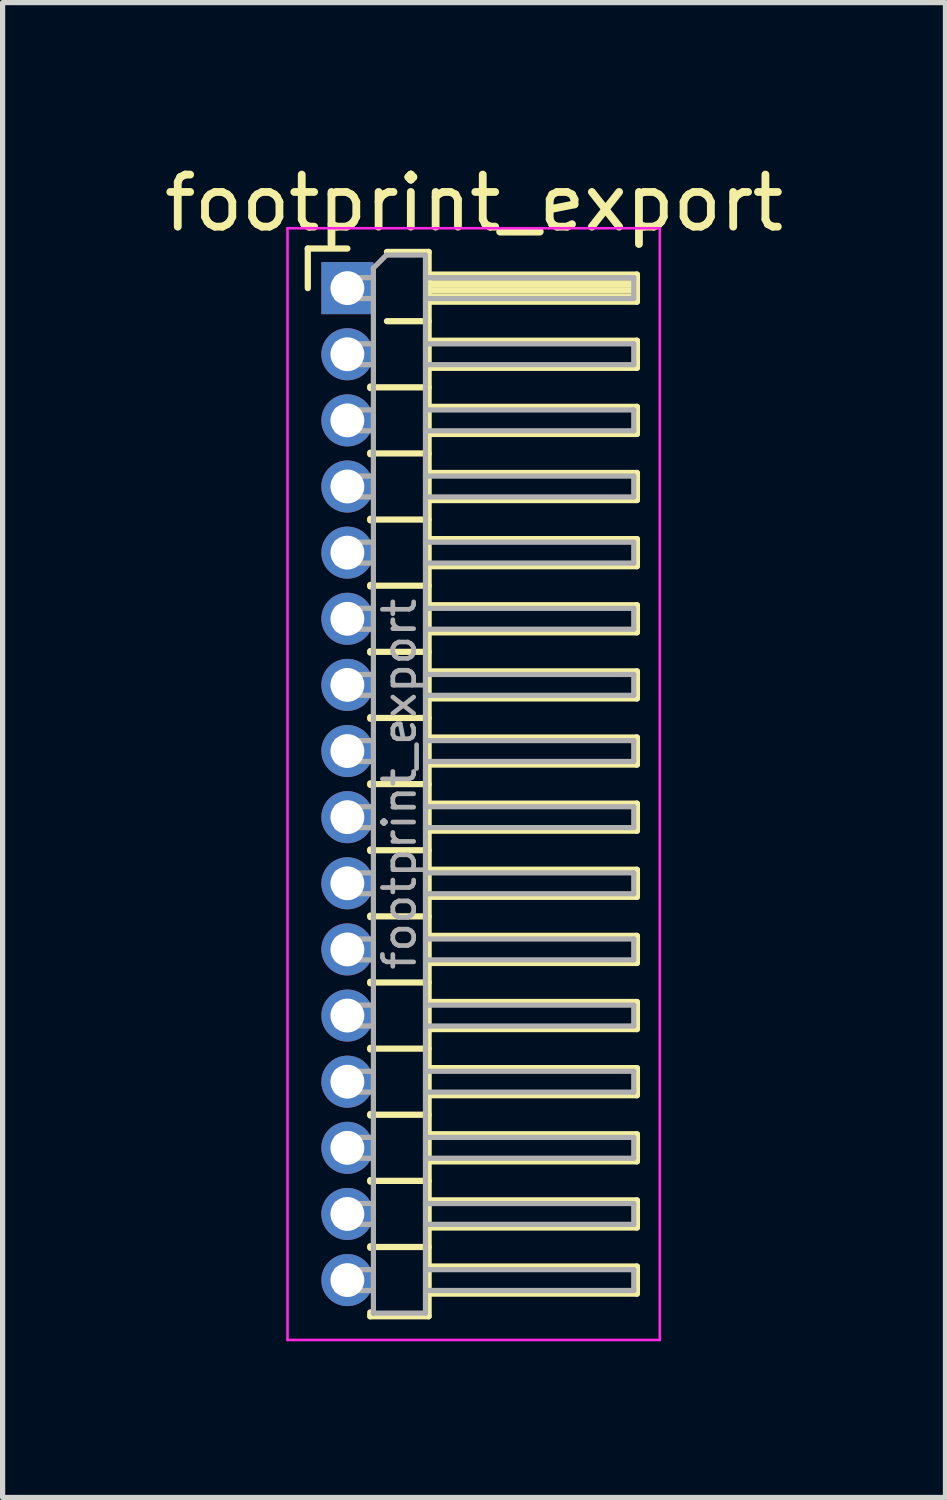
<source format=kicad_pcb>
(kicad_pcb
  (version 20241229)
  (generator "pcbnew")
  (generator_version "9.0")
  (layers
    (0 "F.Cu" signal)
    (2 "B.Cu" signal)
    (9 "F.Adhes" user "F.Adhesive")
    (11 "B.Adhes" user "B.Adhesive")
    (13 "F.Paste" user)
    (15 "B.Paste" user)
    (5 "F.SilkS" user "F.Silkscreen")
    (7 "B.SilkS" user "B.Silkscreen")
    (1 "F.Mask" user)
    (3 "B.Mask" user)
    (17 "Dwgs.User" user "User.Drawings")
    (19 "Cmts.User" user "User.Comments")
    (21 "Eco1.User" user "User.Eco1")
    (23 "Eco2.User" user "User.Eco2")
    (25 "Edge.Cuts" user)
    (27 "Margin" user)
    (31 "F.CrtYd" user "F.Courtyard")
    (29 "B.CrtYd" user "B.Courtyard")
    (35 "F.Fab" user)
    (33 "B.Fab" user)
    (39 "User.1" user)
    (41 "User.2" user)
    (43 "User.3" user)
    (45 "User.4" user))
  (footprint "footprint_export"
    (layer "F.Cu")
    (at 3.621 2.483)
    (property "Reference" "footprint_export" (at 2.433 -1.635 0) (layer "F.SilkS") (effects (font (size 1 1) (thickness 0.15))))
    (attr through_hole)
    (fp_line (start -0.76 -0.76) (end 0 -0.76) (stroke (width 0.12) (type solid)) (layer "F.SilkS"))
    (fp_line (start -0.76 0) (end -0.76 -0.76) (stroke (width 0.12) (type solid)) (layer "F.SilkS"))
    (fp_line (start 0.44 1.89) (end 0.44 1.92) (stroke (width 0.12) (type solid)) (layer "F.SilkS"))
    (fp_line (start 0.44 1.905) (end 1.56 1.905) (stroke (width 0.12) (type solid)) (layer "F.SilkS"))
    (fp_line (start 0.44 3.16) (end 0.44 3.19) (stroke (width 0.12) (type solid)) (layer "F.SilkS"))
    (fp_line (start 0.44 3.175) (end 1.56 3.175) (stroke (width 0.12) (type solid)) (layer "F.SilkS"))
    (fp_line (start 0.44 4.43) (end 0.44 4.46) (stroke (width 0.12) (type solid)) (layer "F.SilkS"))
    (fp_line (start 0.44 4.445) (end 1.56 4.445) (stroke (width 0.12) (type solid)) (layer "F.SilkS"))
    (fp_line (start 0.44 5.7) (end 0.44 5.73) (stroke (width 0.12) (type solid)) (layer "F.SilkS"))
    (fp_line (start 0.44 5.715) (end 1.56 5.715) (stroke (width 0.12) (type solid)) (layer "F.SilkS"))
    (fp_line (start 0.44 6.97) (end 0.44 7) (stroke (width 0.12) (type solid)) (layer "F.SilkS"))
    (fp_line (start 0.44 6.985) (end 1.56 6.985) (stroke (width 0.12) (type solid)) (layer "F.SilkS"))
    (fp_line (start 0.44 8.24) (end 0.44 8.27) (stroke (width 0.12) (type solid)) (layer "F.SilkS"))
    (fp_line (start 0.44 8.255) (end 1.56 8.255) (stroke (width 0.12) (type solid)) (layer "F.SilkS"))
    (fp_line (start 0.44 9.51) (end 0.44 9.54) (stroke (width 0.12) (type solid)) (layer "F.SilkS"))
    (fp_line (start 0.44 9.525) (end 1.56 9.525) (stroke (width 0.12) (type solid)) (layer "F.SilkS"))
    (fp_line (start 0.44 10.78) (end 0.44 10.81) (stroke (width 0.12) (type solid)) (layer "F.SilkS"))
    (fp_line (start 0.44 10.795) (end 1.56 10.795) (stroke (width 0.12) (type solid)) (layer "F.SilkS"))
    (fp_line (start 0.44 12.05) (end 0.44 12.08) (stroke (width 0.12) (type solid)) (layer "F.SilkS"))
    (fp_line (start 0.44 12.065) (end 1.56 12.065) (stroke (width 0.12) (type solid)) (layer "F.SilkS"))
    (fp_line (start 0.44 13.32) (end 0.44 13.35) (stroke (width 0.12) (type solid)) (layer "F.SilkS"))
    (fp_line (start 0.44 13.335) (end 1.56 13.335) (stroke (width 0.12) (type solid)) (layer "F.SilkS"))
    (fp_line (start 0.44 14.59) (end 0.44 14.62) (stroke (width 0.12) (type solid)) (layer "F.SilkS"))
    (fp_line (start 0.44 14.605) (end 1.56 14.605) (stroke (width 0.12) (type solid)) (layer "F.SilkS"))
    (fp_line (start 0.44 15.86) (end 0.44 15.89) (stroke (width 0.12) (type solid)) (layer "F.SilkS"))
    (fp_line (start 0.44 15.875) (end 1.56 15.875) (stroke (width 0.12) (type solid)) (layer "F.SilkS"))
    (fp_line (start 0.44 17.13) (end 0.44 17.16) (stroke (width 0.12) (type solid)) (layer "F.SilkS"))
    (fp_line (start 0.44 17.145) (end 1.56 17.145) (stroke (width 0.12) (type solid)) (layer "F.SilkS"))
    (fp_line (start 0.44 18.4) (end 0.44 18.43) (stroke (width 0.12) (type solid)) (layer "F.SilkS"))
    (fp_line (start 0.44 18.415) (end 1.56 18.415) (stroke (width 0.12) (type solid)) (layer "F.SilkS"))
    (fp_line (start 0.44 19.745) (end 0.44 19.67) (stroke (width 0.12) (type solid)) (layer "F.SilkS"))
    (fp_line (start 0.76 -0.695) (end 1.56 -0.695) (stroke (width 0.12) (type solid)) (layer "F.SilkS"))
    (fp_line (start 0.76 0.635) (end 1.56 0.635) (stroke (width 0.12) (type solid)) (layer "F.SilkS"))
    (fp_line (start 1.56 -0.695) (end 1.56 19.745) (stroke (width 0.12) (type solid)) (layer "F.SilkS"))
    (fp_line (start 1.56 -0.26) (end 5.56 -0.26) (stroke (width 0.12) (type solid)) (layer "F.SilkS"))
    (fp_line (start 1.56 -0.2) (end 5.56 -0.2) (stroke (width 0.12) (type solid)) (layer "F.SilkS"))
    (fp_line (start 1.56 -0.08) (end 5.56 -0.08) (stroke (width 0.12) (type solid)) (layer "F.SilkS"))
    (fp_line (start 1.56 0.04) (end 5.56 0.04) (stroke (width 0.12) (type solid)) (layer "F.SilkS"))
    (fp_line (start 1.56 0.16) (end 5.56 0.16) (stroke (width 0.12) (type solid)) (layer "F.SilkS"))
    (fp_line (start 1.56 1.01) (end 5.56 1.01) (stroke (width 0.12) (type solid)) (layer "F.SilkS"))
    (fp_line (start 1.56 2.28) (end 5.56 2.28) (stroke (width 0.12) (type solid)) (layer "F.SilkS"))
    (fp_line (start 1.56 3.55) (end 5.56 3.55) (stroke (width 0.12) (type solid)) (layer "F.SilkS"))
    (fp_line (start 1.56 4.82) (end 5.56 4.82) (stroke (width 0.12) (type solid)) (layer "F.SilkS"))
    (fp_line (start 1.56 6.09) (end 5.56 6.09) (stroke (width 0.12) (type solid)) (layer "F.SilkS"))
    (fp_line (start 1.56 7.36) (end 5.56 7.36) (stroke (width 0.12) (type solid)) (layer "F.SilkS"))
    (fp_line (start 1.56 8.63) (end 5.56 8.63) (stroke (width 0.12) (type solid)) (layer "F.SilkS"))
    (fp_line (start 1.56 9.9) (end 5.56 9.9) (stroke (width 0.12) (type solid)) (layer "F.SilkS"))
    (fp_line (start 1.56 11.17) (end 5.56 11.17) (stroke (width 0.12) (type solid)) (layer "F.SilkS"))
    (fp_line (start 1.56 12.44) (end 5.56 12.44) (stroke (width 0.12) (type solid)) (layer "F.SilkS"))
    (fp_line (start 1.56 13.71) (end 5.56 13.71) (stroke (width 0.12) (type solid)) (layer "F.SilkS"))
    (fp_line (start 1.56 14.98) (end 5.56 14.98) (stroke (width 0.12) (type solid)) (layer "F.SilkS"))
    (fp_line (start 1.56 16.25) (end 5.56 16.25) (stroke (width 0.12) (type solid)) (layer "F.SilkS"))
    (fp_line (start 1.56 17.52) (end 5.56 17.52) (stroke (width 0.12) (type solid)) (layer "F.SilkS"))
    (fp_line (start 1.56 18.79) (end 5.56 18.79) (stroke (width 0.12) (type solid)) (layer "F.SilkS"))
    (fp_line (start 1.56 19.745) (end 0.44 19.745) (stroke (width 0.12) (type solid)) (layer "F.SilkS"))
    (fp_line (start 5.56 -0.26) (end 5.56 0.26) (stroke (width 0.12) (type solid)) (layer "F.SilkS"))
    (fp_line (start 5.56 0.26) (end 1.56 0.26) (stroke (width 0.12) (type solid)) (layer "F.SilkS"))
    (fp_line (start 5.56 1.01) (end 5.56 1.53) (stroke (width 0.12) (type solid)) (layer "F.SilkS"))
    (fp_line (start 5.56 1.53) (end 1.56 1.53) (stroke (width 0.12) (type solid)) (layer "F.SilkS"))
    (fp_line (start 5.56 2.28) (end 5.56 2.8) (stroke (width 0.12) (type solid)) (layer "F.SilkS"))
    (fp_line (start 5.56 2.8) (end 1.56 2.8) (stroke (width 0.12) (type solid)) (layer "F.SilkS"))
    (fp_line (start 5.56 3.55) (end 5.56 4.07) (stroke (width 0.12) (type solid)) (layer "F.SilkS"))
    (fp_line (start 5.56 4.07) (end 1.56 4.07) (stroke (width 0.12) (type solid)) (layer "F.SilkS"))
    (fp_line (start 5.56 4.82) (end 5.56 5.34) (stroke (width 0.12) (type solid)) (layer "F.SilkS"))
    (fp_line (start 5.56 5.34) (end 1.56 5.34) (stroke (width 0.12) (type solid)) (layer "F.SilkS"))
    (fp_line (start 5.56 6.09) (end 5.56 6.61) (stroke (width 0.12) (type solid)) (layer "F.SilkS"))
    (fp_line (start 5.56 6.61) (end 1.56 6.61) (stroke (width 0.12) (type solid)) (layer "F.SilkS"))
    (fp_line (start 5.56 7.36) (end 5.56 7.88) (stroke (width 0.12) (type solid)) (layer "F.SilkS"))
    (fp_line (start 5.56 7.88) (end 1.56 7.88) (stroke (width 0.12) (type solid)) (layer "F.SilkS"))
    (fp_line (start 5.56 8.63) (end 5.56 9.15) (stroke (width 0.12) (type solid)) (layer "F.SilkS"))
    (fp_line (start 5.56 9.15) (end 1.56 9.15) (stroke (width 0.12) (type solid)) (layer "F.SilkS"))
    (fp_line (start 5.56 9.9) (end 5.56 10.42) (stroke (width 0.12) (type solid)) (layer "F.SilkS"))
    (fp_line (start 5.56 10.42) (end 1.56 10.42) (stroke (width 0.12) (type solid)) (layer "F.SilkS"))
    (fp_line (start 5.56 11.17) (end 5.56 11.69) (stroke (width 0.12) (type solid)) (layer "F.SilkS"))
    (fp_line (start 5.56 11.69) (end 1.56 11.69) (stroke (width 0.12) (type solid)) (layer "F.SilkS"))
    (fp_line (start 5.56 12.44) (end 5.56 12.96) (stroke (width 0.12) (type solid)) (layer "F.SilkS"))
    (fp_line (start 5.56 12.96) (end 1.56 12.96) (stroke (width 0.12) (type solid)) (layer "F.SilkS"))
    (fp_line (start 5.56 13.71) (end 5.56 14.23) (stroke (width 0.12) (type solid)) (layer "F.SilkS"))
    (fp_line (start 5.56 14.23) (end 1.56 14.23) (stroke (width 0.12) (type solid)) (layer "F.SilkS"))
    (fp_line (start 5.56 14.98) (end 5.56 15.5) (stroke (width 0.12) (type solid)) (layer "F.SilkS"))
    (fp_line (start 5.56 15.5) (end 1.56 15.5) (stroke (width 0.12) (type solid)) (layer "F.SilkS"))
    (fp_line (start 5.56 16.25) (end 5.56 16.77) (stroke (width 0.12) (type solid)) (layer "F.SilkS"))
    (fp_line (start 5.56 16.77) (end 1.56 16.77) (stroke (width 0.12) (type solid)) (layer "F.SilkS"))
    (fp_line (start 5.56 17.52) (end 5.56 18.04) (stroke (width 0.12) (type solid)) (layer "F.SilkS"))
    (fp_line (start 5.56 18.04) (end 1.56 18.04) (stroke (width 0.12) (type solid)) (layer "F.SilkS"))
    (fp_line (start 5.56 18.79) (end 5.56 19.31) (stroke (width 0.12) (type solid)) (layer "F.SilkS"))
    (fp_line (start 5.56 19.31) (end 1.56 19.31) (stroke (width 0.12) (type solid)) (layer "F.SilkS"))
    (fp_line (start -1.15 -1.15) (end -1.15 20.2) (stroke (width 0.05) (type solid)) (layer "F.CrtYd"))
    (fp_line (start -1.15 20.2) (end 6 20.2) (stroke (width 0.05) (type solid)) (layer "F.CrtYd"))
    (fp_line (start 6 -1.15) (end -1.15 -1.15) (stroke (width 0.05) (type solid)) (layer "F.CrtYd"))
    (fp_line (start 6 20.2) (end 6 -1.15) (stroke (width 0.05) (type solid)) (layer "F.CrtYd"))
    (fp_line (start -0.2 -0.2) (end -0.2 0.2) (stroke (width 0.1) (type solid)) (layer "F.Fab"))
    (fp_line (start -0.2 -0.2) (end 0.5 -0.2) (stroke (width 0.1) (type solid)) (layer "F.Fab"))
    (fp_line (start -0.2 0.2) (end 0.5 0.2) (stroke (width 0.1) (type solid)) (layer "F.Fab"))
    (fp_line (start -0.2 1.07) (end -0.2 1.47) (stroke (width 0.1) (type solid)) (layer "F.Fab"))
    (fp_line (start -0.2 1.07) (end 0.5 1.07) (stroke (width 0.1) (type solid)) (layer "F.Fab"))
    (fp_line (start -0.2 1.47) (end 0.5 1.47) (stroke (width 0.1) (type solid)) (layer "F.Fab"))
    (fp_line (start -0.2 2.34) (end -0.2 2.74) (stroke (width 0.1) (type solid)) (layer "F.Fab"))
    (fp_line (start -0.2 2.34) (end 0.5 2.34) (stroke (width 0.1) (type solid)) (layer "F.Fab"))
    (fp_line (start -0.2 2.74) (end 0.5 2.74) (stroke (width 0.1) (type solid)) (layer "F.Fab"))
    (fp_line (start -0.2 3.61) (end -0.2 4.01) (stroke (width 0.1) (type solid)) (layer "F.Fab"))
    (fp_line (start -0.2 3.61) (end 0.5 3.61) (stroke (width 0.1) (type solid)) (layer "F.Fab"))
    (fp_line (start -0.2 4.01) (end 0.5 4.01) (stroke (width 0.1) (type solid)) (layer "F.Fab"))
    (fp_line (start -0.2 4.88) (end -0.2 5.28) (stroke (width 0.1) (type solid)) (layer "F.Fab"))
    (fp_line (start -0.2 4.88) (end 0.5 4.88) (stroke (width 0.1) (type solid)) (layer "F.Fab"))
    (fp_line (start -0.2 5.28) (end 0.5 5.28) (stroke (width 0.1) (type solid)) (layer "F.Fab"))
    (fp_line (start -0.2 6.15) (end -0.2 6.55) (stroke (width 0.1) (type solid)) (layer "F.Fab"))
    (fp_line (start -0.2 6.15) (end 0.5 6.15) (stroke (width 0.1) (type solid)) (layer "F.Fab"))
    (fp_line (start -0.2 6.55) (end 0.5 6.55) (stroke (width 0.1) (type solid)) (layer "F.Fab"))
    (fp_line (start -0.2 7.42) (end -0.2 7.82) (stroke (width 0.1) (type solid)) (layer "F.Fab"))
    (fp_line (start -0.2 7.42) (end 0.5 7.42) (stroke (width 0.1) (type solid)) (layer "F.Fab"))
    (fp_line (start -0.2 7.82) (end 0.5 7.82) (stroke (width 0.1) (type solid)) (layer "F.Fab"))
    (fp_line (start -0.2 8.69) (end -0.2 9.09) (stroke (width 0.1) (type solid)) (layer "F.Fab"))
    (fp_line (start -0.2 8.69) (end 0.5 8.69) (stroke (width 0.1) (type solid)) (layer "F.Fab"))
    (fp_line (start -0.2 9.09) (end 0.5 9.09) (stroke (width 0.1) (type solid)) (layer "F.Fab"))
    (fp_line (start -0.2 9.96) (end -0.2 10.36) (stroke (width 0.1) (type solid)) (layer "F.Fab"))
    (fp_line (start -0.2 9.96) (end 0.5 9.96) (stroke (width 0.1) (type solid)) (layer "F.Fab"))
    (fp_line (start -0.2 10.36) (end 0.5 10.36) (stroke (width 0.1) (type solid)) (layer "F.Fab"))
    (fp_line (start -0.2 11.23) (end -0.2 11.63) (stroke (width 0.1) (type solid)) (layer "F.Fab"))
    (fp_line (start -0.2 11.23) (end 0.5 11.23) (stroke (width 0.1) (type solid)) (layer "F.Fab"))
    (fp_line (start -0.2 11.63) (end 0.5 11.63) (stroke (width 0.1) (type solid)) (layer "F.Fab"))
    (fp_line (start -0.2 12.5) (end -0.2 12.9) (stroke (width 0.1) (type solid)) (layer "F.Fab"))
    (fp_line (start -0.2 12.5) (end 0.5 12.5) (stroke (width 0.1) (type solid)) (layer "F.Fab"))
    (fp_line (start -0.2 12.9) (end 0.5 12.9) (stroke (width 0.1) (type solid)) (layer "F.Fab"))
    (fp_line (start -0.2 13.77) (end -0.2 14.17) (stroke (width 0.1) (type solid)) (layer "F.Fab"))
    (fp_line (start -0.2 13.77) (end 0.5 13.77) (stroke (width 0.1) (type solid)) (layer "F.Fab"))
    (fp_line (start -0.2 14.17) (end 0.5 14.17) (stroke (width 0.1) (type solid)) (layer "F.Fab"))
    (fp_line (start -0.2 15.04) (end -0.2 15.44) (stroke (width 0.1) (type solid)) (layer "F.Fab"))
    (fp_line (start -0.2 15.04) (end 0.5 15.04) (stroke (width 0.1) (type solid)) (layer "F.Fab"))
    (fp_line (start -0.2 15.44) (end 0.5 15.44) (stroke (width 0.1) (type solid)) (layer "F.Fab"))
    (fp_line (start -0.2 16.31) (end -0.2 16.71) (stroke (width 0.1) (type solid)) (layer "F.Fab"))
    (fp_line (start -0.2 16.31) (end 0.5 16.31) (stroke (width 0.1) (type solid)) (layer "F.Fab"))
    (fp_line (start -0.2 16.71) (end 0.5 16.71) (stroke (width 0.1) (type solid)) (layer "F.Fab"))
    (fp_line (start -0.2 17.58) (end -0.2 17.98) (stroke (width 0.1) (type solid)) (layer "F.Fab"))
    (fp_line (start -0.2 17.58) (end 0.5 17.58) (stroke (width 0.1) (type solid)) (layer "F.Fab"))
    (fp_line (start -0.2 17.98) (end 0.5 17.98) (stroke (width 0.1) (type solid)) (layer "F.Fab"))
    (fp_line (start -0.2 18.85) (end -0.2 19.25) (stroke (width 0.1) (type solid)) (layer "F.Fab"))
    (fp_line (start -0.2 18.85) (end 0.5 18.85) (stroke (width 0.1) (type solid)) (layer "F.Fab"))
    (fp_line (start -0.2 19.25) (end 0.5 19.25) (stroke (width 0.1) (type solid)) (layer "F.Fab"))
    (fp_line (start 0.5 -0.385) (end 0.75 -0.635) (stroke (width 0.1) (type solid)) (layer "F.Fab"))
    (fp_line (start 0.5 19.685) (end 0.5 -0.385) (stroke (width 0.1) (type solid)) (layer "F.Fab"))
    (fp_line (start 0.75 -0.635) (end 1.5 -0.635) (stroke (width 0.1) (type solid)) (layer "F.Fab"))
    (fp_line (start 1.5 -0.635) (end 1.5 19.685) (stroke (width 0.1) (type solid)) (layer "F.Fab"))
    (fp_line (start 1.5 -0.2) (end 5.5 -0.2) (stroke (width 0.1) (type solid)) (layer "F.Fab"))
    (fp_line (start 1.5 0.2) (end 5.5 0.2) (stroke (width 0.1) (type solid)) (layer "F.Fab"))
    (fp_line (start 1.5 1.07) (end 5.5 1.07) (stroke (width 0.1) (type solid)) (layer "F.Fab"))
    (fp_line (start 1.5 1.47) (end 5.5 1.47) (stroke (width 0.1) (type solid)) (layer "F.Fab"))
    (fp_line (start 1.5 2.34) (end 5.5 2.34) (stroke (width 0.1) (type solid)) (layer "F.Fab"))
    (fp_line (start 1.5 2.74) (end 5.5 2.74) (stroke (width 0.1) (type solid)) (layer "F.Fab"))
    (fp_line (start 1.5 3.61) (end 5.5 3.61) (stroke (width 0.1) (type solid)) (layer "F.Fab"))
    (fp_line (start 1.5 4.01) (end 5.5 4.01) (stroke (width 0.1) (type solid)) (layer "F.Fab"))
    (fp_line (start 1.5 4.88) (end 5.5 4.88) (stroke (width 0.1) (type solid)) (layer "F.Fab"))
    (fp_line (start 1.5 5.28) (end 5.5 5.28) (stroke (width 0.1) (type solid)) (layer "F.Fab"))
    (fp_line (start 1.5 6.15) (end 5.5 6.15) (stroke (width 0.1) (type solid)) (layer "F.Fab"))
    (fp_line (start 1.5 6.55) (end 5.5 6.55) (stroke (width 0.1) (type solid)) (layer "F.Fab"))
    (fp_line (start 1.5 7.42) (end 5.5 7.42) (stroke (width 0.1) (type solid)) (layer "F.Fab"))
    (fp_line (start 1.5 7.82) (end 5.5 7.82) (stroke (width 0.1) (type solid)) (layer "F.Fab"))
    (fp_line (start 1.5 8.69) (end 5.5 8.69) (stroke (width 0.1) (type solid)) (layer "F.Fab"))
    (fp_line (start 1.5 9.09) (end 5.5 9.09) (stroke (width 0.1) (type solid)) (layer "F.Fab"))
    (fp_line (start 1.5 9.96) (end 5.5 9.96) (stroke (width 0.1) (type solid)) (layer "F.Fab"))
    (fp_line (start 1.5 10.36) (end 5.5 10.36) (stroke (width 0.1) (type solid)) (layer "F.Fab"))
    (fp_line (start 1.5 11.23) (end 5.5 11.23) (stroke (width 0.1) (type solid)) (layer "F.Fab"))
    (fp_line (start 1.5 11.63) (end 5.5 11.63) (stroke (width 0.1) (type solid)) (layer "F.Fab"))
    (fp_line (start 1.5 12.5) (end 5.5 12.5) (stroke (width 0.1) (type solid)) (layer "F.Fab"))
    (fp_line (start 1.5 12.9) (end 5.5 12.9) (stroke (width 0.1) (type solid)) (layer "F.Fab"))
    (fp_line (start 1.5 13.77) (end 5.5 13.77) (stroke (width 0.1) (type solid)) (layer "F.Fab"))
    (fp_line (start 1.5 14.17) (end 5.5 14.17) (stroke (width 0.1) (type solid)) (layer "F.Fab"))
    (fp_line (start 1.5 15.04) (end 5.5 15.04) (stroke (width 0.1) (type solid)) (layer "F.Fab"))
    (fp_line (start 1.5 15.44) (end 5.5 15.44) (stroke (width 0.1) (type solid)) (layer "F.Fab"))
    (fp_line (start 1.5 16.31) (end 5.5 16.31) (stroke (width 0.1) (type solid)) (layer "F.Fab"))
    (fp_line (start 1.5 16.71) (end 5.5 16.71) (stroke (width 0.1) (type solid)) (layer "F.Fab"))
    (fp_line (start 1.5 17.58) (end 5.5 17.58) (stroke (width 0.1) (type solid)) (layer "F.Fab"))
    (fp_line (start 1.5 17.98) (end 5.5 17.98) (stroke (width 0.1) (type solid)) (layer "F.Fab"))
    (fp_line (start 1.5 18.85) (end 5.5 18.85) (stroke (width 0.1) (type solid)) (layer "F.Fab"))
    (fp_line (start 1.5 19.25) (end 5.5 19.25) (stroke (width 0.1) (type solid)) (layer "F.Fab"))
    (fp_line (start 1.5 19.685) (end 0.5 19.685) (stroke (width 0.1) (type solid)) (layer "F.Fab"))
    (fp_line (start 5.5 -0.2) (end 5.5 0.2) (stroke (width 0.1) (type solid)) (layer "F.Fab"))
    (fp_line (start 5.5 1.07) (end 5.5 1.47) (stroke (width 0.1) (type solid)) (layer "F.Fab"))
    (fp_line (start 5.5 2.34) (end 5.5 2.74) (stroke (width 0.1) (type solid)) (layer "F.Fab"))
    (fp_line (start 5.5 3.61) (end 5.5 4.01) (stroke (width 0.1) (type solid)) (layer "F.Fab"))
    (fp_line (start 5.5 4.88) (end 5.5 5.28) (stroke (width 0.1) (type solid)) (layer "F.Fab"))
    (fp_line (start 5.5 6.15) (end 5.5 6.55) (stroke (width 0.1) (type solid)) (layer "F.Fab"))
    (fp_line (start 5.5 7.42) (end 5.5 7.82) (stroke (width 0.1) (type solid)) (layer "F.Fab"))
    (fp_line (start 5.5 8.69) (end 5.5 9.09) (stroke (width 0.1) (type solid)) (layer "F.Fab"))
    (fp_line (start 5.5 9.96) (end 5.5 10.36) (stroke (width 0.1) (type solid)) (layer "F.Fab"))
    (fp_line (start 5.5 11.23) (end 5.5 11.63) (stroke (width 0.1) (type solid)) (layer "F.Fab"))
    (fp_line (start 5.5 12.5) (end 5.5 12.9) (stroke (width 0.1) (type solid)) (layer "F.Fab"))
    (fp_line (start 5.5 13.77) (end 5.5 14.17) (stroke (width 0.1) (type solid)) (layer "F.Fab"))
    (fp_line (start 5.5 15.04) (end 5.5 15.44) (stroke (width 0.1) (type solid)) (layer "F.Fab"))
    (fp_line (start 5.5 16.31) (end 5.5 16.71) (stroke (width 0.1) (type solid)) (layer "F.Fab"))
    (fp_line (start 5.5 17.58) (end 5.5 17.98) (stroke (width 0.1) (type solid)) (layer "F.Fab"))
    (fp_line (start 5.5 18.85) (end 5.5 19.25) (stroke (width 0.1) (type solid)) (layer "F.Fab"))
    (fp_text user "${REFERENCE}" (at 1 9.525 90) (layer "F.Fab") (effects (font (size 0.6 0.6) (thickness 0.09))))
    (pad "1" thru_hole rect (at 0 0) (size 1 1) (drill 0.65) (layers "*.Cu" "*.Mask"))
    (pad "2" thru_hole oval (at 0 1.27) (size 1 1) (drill 0.65) (layers "*.Cu" "*.Mask"))
    (pad "3" thru_hole oval (at 0 2.54) (size 1 1) (drill 0.65) (layers "*.Cu" "*.Mask"))
    (pad "4" thru_hole oval (at 0 3.81) (size 1 1) (drill 0.65) (layers "*.Cu" "*.Mask"))
    (pad "5" thru_hole oval (at 0 5.08) (size 1 1) (drill 0.65) (layers "*.Cu" "*.Mask"))
    (pad "6" thru_hole oval (at 0 6.35) (size 1 1) (drill 0.65) (layers "*.Cu" "*.Mask"))
    (pad "7" thru_hole oval (at 0 7.62) (size 1 1) (drill 0.65) (layers "*.Cu" "*.Mask"))
    (pad "8" thru_hole oval (at 0 8.89) (size 1 1) (drill 0.65) (layers "*.Cu" "*.Mask"))
    (pad "9" thru_hole oval (at 0 10.16) (size 1 1) (drill 0.65) (layers "*.Cu" "*.Mask"))
    (pad "10" thru_hole oval (at 0 11.43) (size 1 1) (drill 0.65) (layers "*.Cu" "*.Mask"))
    (pad "11" thru_hole oval (at 0 12.7) (size 1 1) (drill 0.65) (layers "*.Cu" "*.Mask"))
    (pad "12" thru_hole oval (at 0 13.97) (size 1 1) (drill 0.65) (layers "*.Cu" "*.Mask"))
    (pad "13" thru_hole oval (at 0 15.24) (size 1 1) (drill 0.65) (layers "*.Cu" "*.Mask"))
    (pad "14" thru_hole oval (at 0 16.51) (size 1 1) (drill 0.65) (layers "*.Cu" "*.Mask"))
    (pad "15" thru_hole oval (at 0 17.78) (size 1 1) (drill 0.65) (layers "*.Cu" "*.Mask"))
    (pad "16" thru_hole oval (at 0 19.05) (size 1 1) (drill 0.65) (layers "*.Cu" "*.Mask")))
  (gr_rect
    (start -3 -3)
    (end 15.107 25.708)
    (stroke (width 0.1) (type default))
    (fill no)
    (layer "Edge.Cuts")))
</source>
